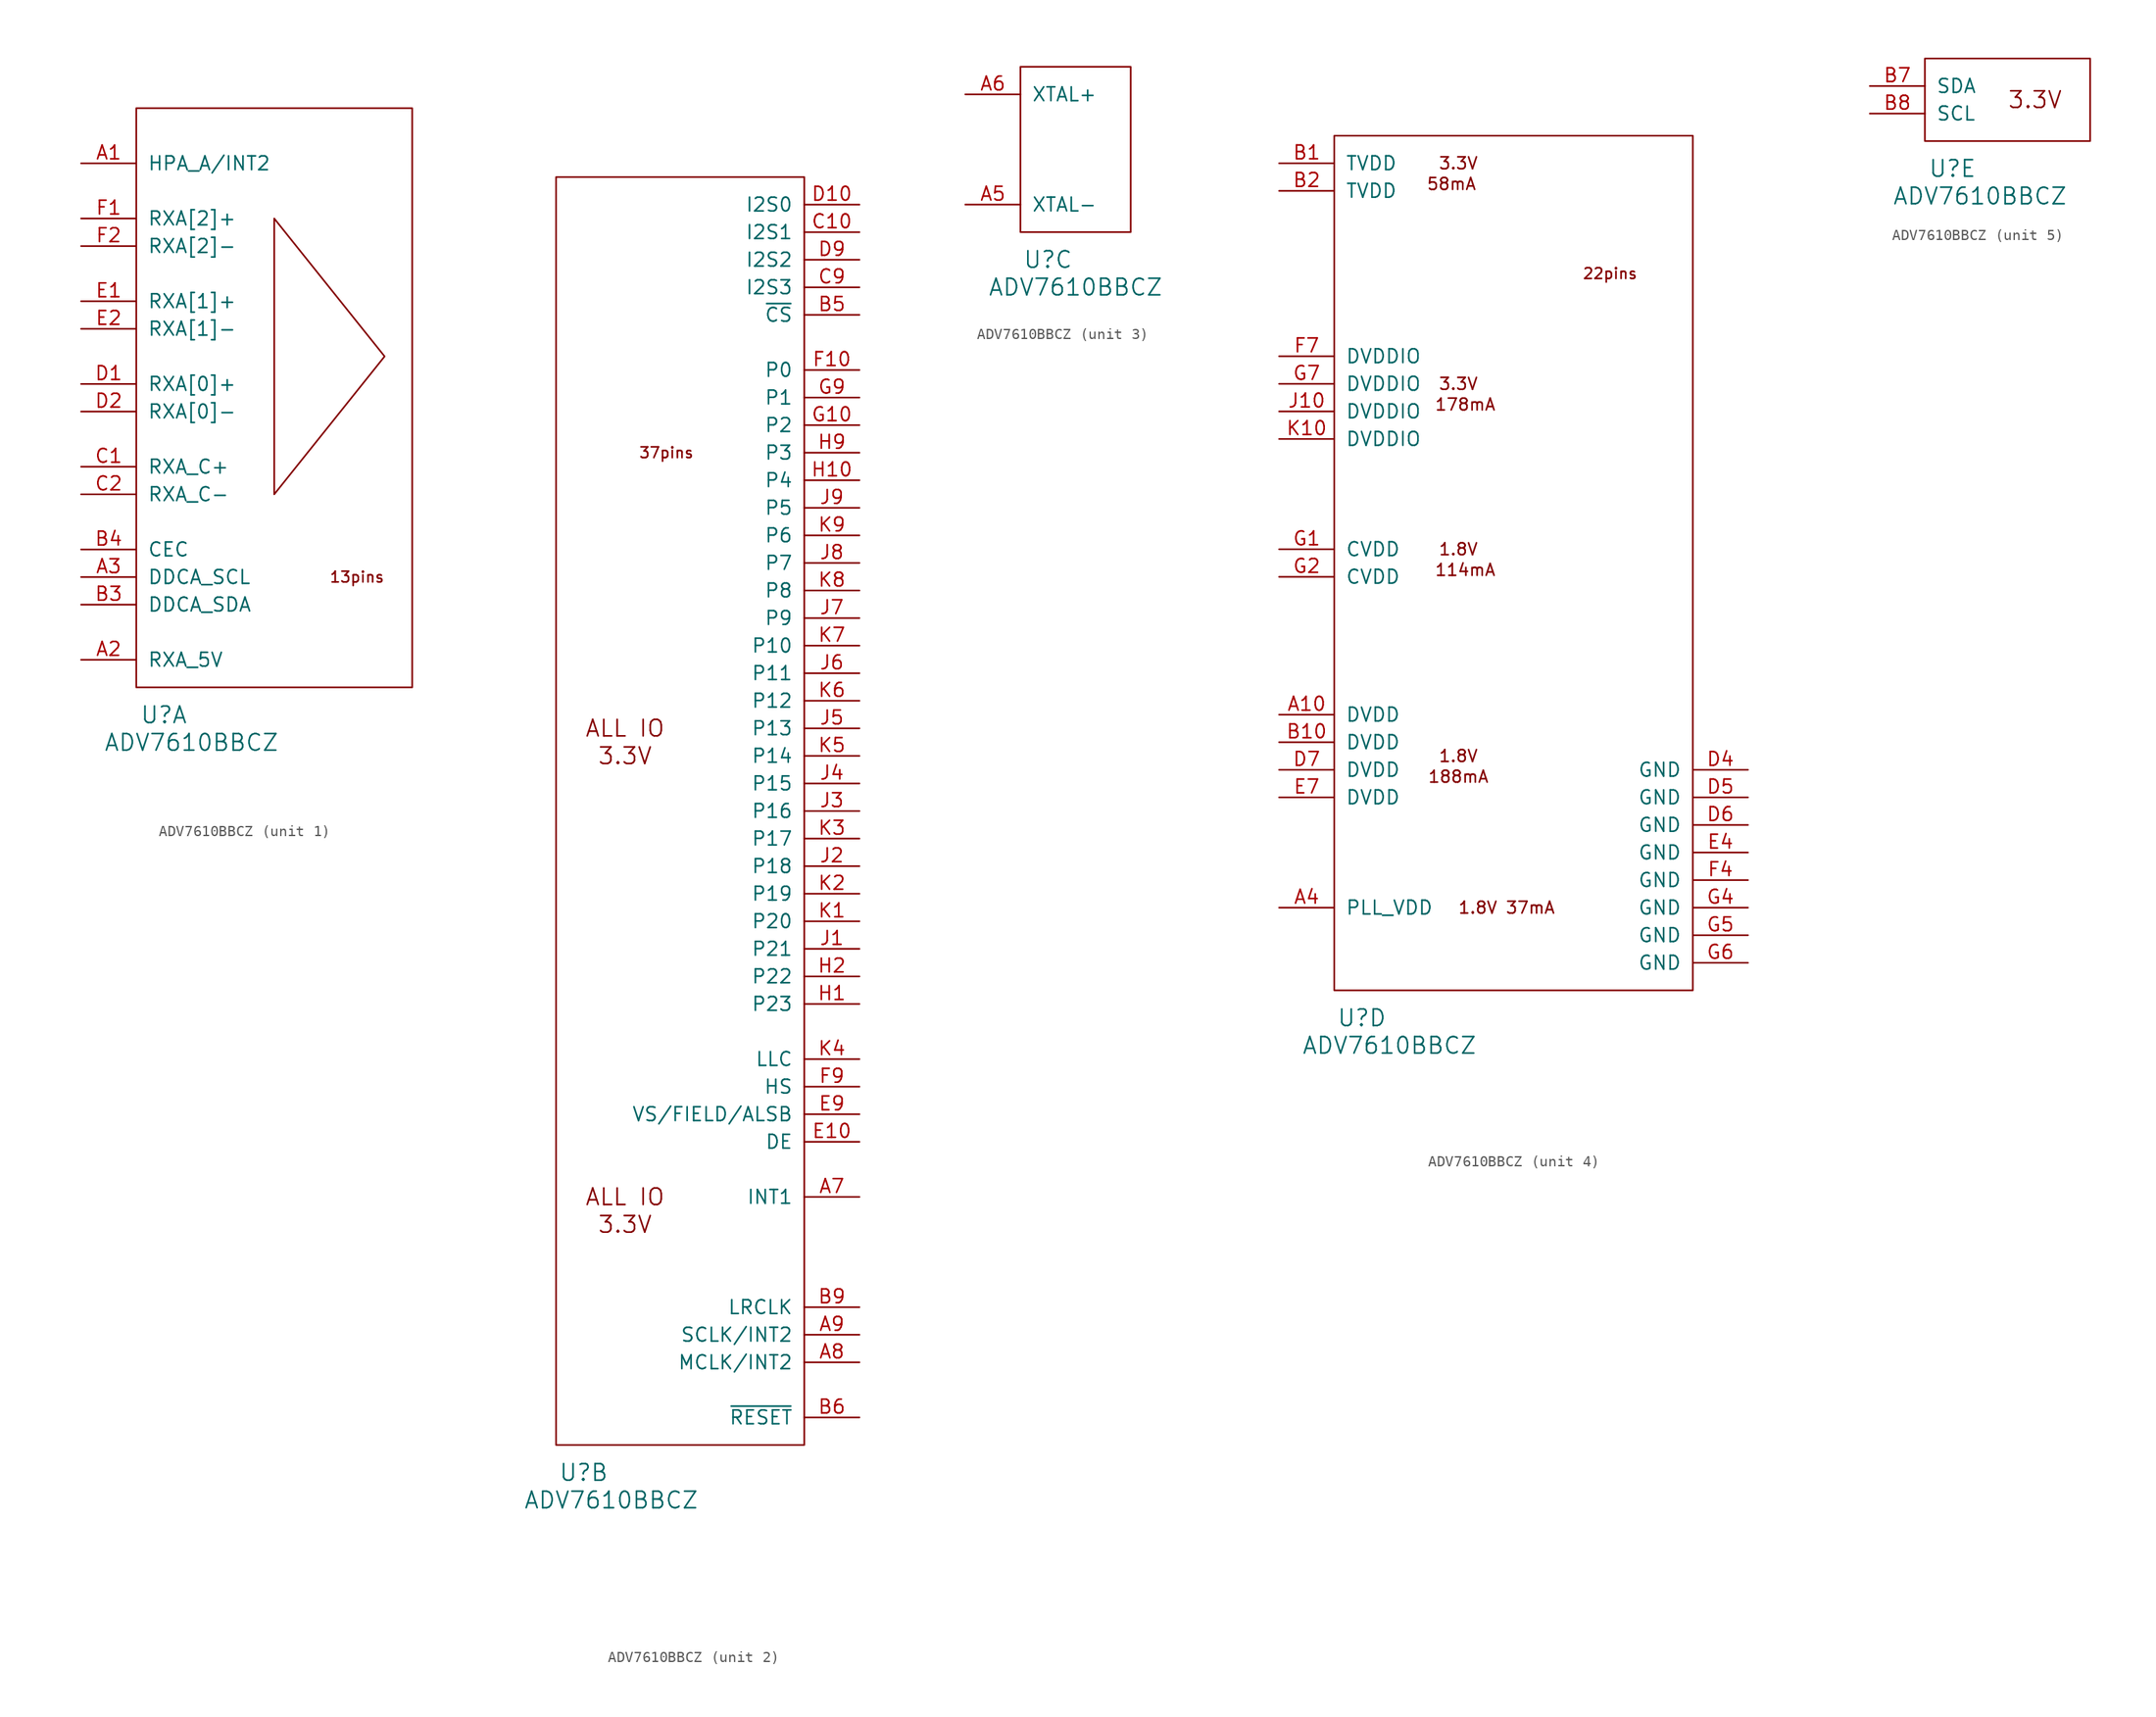
<source format=kicad_sym>
(kicad_symbol_lib
  (version 20220914)
  (generator kicad_symbol_editor)
  (symbol "ADV7610BBCZ"
    (pin_names
      (offset 1.016))
    (property "Reference" "U"
      (at 2.54 -2.54 0)
      (effects (font (size 1.524 1.524))))
    (property "Value" "ADV7610BBCZ"
      (at 5.08 -5.08 0)
      (effects (font (size 1.524 1.524))))
    (property "Footprint" ""
      (at 0 0 0)
      (effects (font (size 1.524 1.524))))
    (property "Datasheet" ""
      (at 0 0 0)
      (effects (font (size 1.524 1.524))))
    (property "ki_locked" ""
      (at 0 0 0)
      (effects (font (size 1.27 1.27))))
    (symbol "ADV7610BBCZ_1_0"
      (text "13pins" (at 20.32 10.16 0) (effects (font (size 0.991 0.991)))))
    (symbol "ADV7610BBCZ_1_1"
      (polyline (pts (xy 12.7 43.18) (xy 12.7 17.78) (xy 22.86 30.48) (xy 12.7 43.18)) (stroke (width 0) (type solid)) (fill (type none)))
      (rectangle (start 0 0) (end 25.4 53.34) (stroke (width 0) (type solid)) (fill (type none)))
      (pin input line (at -5.08 48.26 0) (length 5.08) (name "HPA_A/INT2" (effects (font (size 1.27 1.27)))) (number "A1" (effects (font (size 1.27 1.27)))))
      (pin input line (at -5.08 2.54 0) (length 5.08) (name "RXA_5V" (effects (font (size 1.27 1.27)))) (number "A2" (effects (font (size 1.27 1.27)))))
      (pin input line (at -5.08 10.16 0) (length 5.08) (name "DDCA_SCL" (effects (font (size 1.27 1.27)))) (number "A3" (effects (font (size 1.27 1.27)))))
      (pin bidirectional line (at -5.08 7.62 0) (length 5.08) (name "DDCA_SDA" (effects (font (size 1.27 1.27)))) (number "B3" (effects (font (size 1.27 1.27)))))
      (pin input line (at -5.08 12.7 0) (length 5.08) (name "CEC" (effects (font (size 1.27 1.27)))) (number "B4" (effects (font (size 1.27 1.27)))))
      (pin input line (at -5.08 20.32 0) (length 5.08) (name "RXA_C+" (effects (font (size 1.27 1.27)))) (number "C1" (effects (font (size 1.27 1.27)))))
      (pin input line (at -5.08 17.78 0) (length 5.08) (name "RXA_C-" (effects (font (size 1.27 1.27)))) (number "C2" (effects (font (size 1.27 1.27)))))
      (pin input line (at -5.08 27.94 0) (length 5.08) (name "RXA[0]+" (effects (font (size 1.27 1.27)))) (number "D1" (effects (font (size 1.27 1.27)))))
      (pin input line (at -5.08 25.4 0) (length 5.08) (name "RXA[0]-" (effects (font (size 1.27 1.27)))) (number "D2" (effects (font (size 1.27 1.27)))))
      (pin input line (at -5.08 35.56 0) (length 5.08) (name "RXA[1]+" (effects (font (size 1.27 1.27)))) (number "E1" (effects (font (size 1.27 1.27)))))
      (pin input line (at -5.08 33.02 0) (length 5.08) (name "RXA[1]-" (effects (font (size 1.27 1.27)))) (number "E2" (effects (font (size 1.27 1.27)))))
      (pin input line (at -5.08 43.18 0) (length 5.08) (name "RXA[2]+" (effects (font (size 1.27 1.27)))) (number "F1" (effects (font (size 1.27 1.27)))))
      (pin input line (at -5.08 40.64 0) (length 5.08) (name "RXA[2]-" (effects (font (size 1.27 1.27)))) (number "F2" (effects (font (size 1.27 1.27))))))
    (symbol "ADV7610BBCZ_2_0"
      (text "3.3V" (at 6.35 20.32 0) (effects (font (size 1.524 1.524))))
      (text "3.3V" (at 6.35 63.5 0) (effects (font (size 1.524 1.524))))
      (text "37pins" (at 10.16 91.44 0) (effects (font (size 0.991 0.991))))
      (text "ALL IO" (at 6.35 22.86 0) (effects (font (size 1.524 1.524))))
      (text "ALL IO" (at 6.35 66.04 0) (effects (font (size 1.524 1.524)))))
    (symbol "ADV7610BBCZ_2_1"
      (rectangle (start 0 0) (end 22.86 116.84) (stroke (width 0) (type solid)) (fill (type none)))
      (pin output line (at 27.94 22.86 180) (length 5.08) (name "INT1" (effects (font (size 1.27 1.27)))) (number "A7" (effects (font (size 1.27 1.27)))))
      (pin output line (at 27.94 7.62 180) (length 5.08) (name "MCLK/INT2" (effects (font (size 1.27 1.27)))) (number "A8" (effects (font (size 1.27 1.27)))))
      (pin output line (at 27.94 10.16 180) (length 5.08) (name "SCLK/INT2" (effects (font (size 1.27 1.27)))) (number "A9" (effects (font (size 1.27 1.27)))))
      (pin output line (at 27.94 104.14 180) (length 5.08) (name "~{CS}" (effects (font (size 1.27 1.27)))) (number "B5" (effects (font (size 1.27 1.27)))))
      (pin input line (at 27.94 2.54 180) (length 5.08) (name "~{RESET}" (effects (font (size 1.27 1.27)))) (number "B6" (effects (font (size 1.27 1.27)))))
      (pin output line (at 27.94 12.7 180) (length 5.08) (name "LRCLK" (effects (font (size 1.27 1.27)))) (number "B9" (effects (font (size 1.27 1.27)))))
      (pin output line (at 27.94 111.76 180) (length 5.08) (name "I2S1" (effects (font (size 1.27 1.27)))) (number "C10" (effects (font (size 1.27 1.27)))))
      (pin output line (at 27.94 106.68 180) (length 5.08) (name "I2S3" (effects (font (size 1.27 1.27)))) (number "C9" (effects (font (size 1.27 1.27)))))
      (pin output line (at 27.94 114.3 180) (length 5.08) (name "I2S0" (effects (font (size 1.27 1.27)))) (number "D10" (effects (font (size 1.27 1.27)))))
      (pin output line (at 27.94 109.22 180) (length 5.08) (name "I2S2" (effects (font (size 1.27 1.27)))) (number "D9" (effects (font (size 1.27 1.27)))))
      (pin output line (at 27.94 27.94 180) (length 5.08) (name "DE" (effects (font (size 1.27 1.27)))) (number "E10" (effects (font (size 1.27 1.27)))))
      (pin output line (at 27.94 30.48 180) (length 5.08) (name "VS/FIELD/ALSB" (effects (font (size 1.27 1.27)))) (number "E9" (effects (font (size 1.27 1.27)))))
      (pin output line (at 27.94 99.06 180) (length 5.08) (name "P0" (effects (font (size 1.27 1.27)))) (number "F10" (effects (font (size 1.27 1.27)))))
      (pin output line (at 27.94 33.02 180) (length 5.08) (name "HS" (effects (font (size 1.27 1.27)))) (number "F9" (effects (font (size 1.27 1.27)))))
      (pin output line (at 27.94 93.98 180) (length 5.08) (name "P2" (effects (font (size 1.27 1.27)))) (number "G10" (effects (font (size 1.27 1.27)))))
      (pin output line (at 27.94 96.52 180) (length 5.08) (name "P1" (effects (font (size 1.27 1.27)))) (number "G9" (effects (font (size 1.27 1.27)))))
      (pin output line (at 27.94 40.64 180) (length 5.08) (name "P23" (effects (font (size 1.27 1.27)))) (number "H1" (effects (font (size 1.27 1.27)))))
      (pin output line (at 27.94 88.9 180) (length 5.08) (name "P4" (effects (font (size 1.27 1.27)))) (number "H10" (effects (font (size 1.27 1.27)))))
      (pin output line (at 27.94 43.18 180) (length 5.08) (name "P22" (effects (font (size 1.27 1.27)))) (number "H2" (effects (font (size 1.27 1.27)))))
      (pin output line (at 27.94 91.44 180) (length 5.08) (name "P3" (effects (font (size 1.27 1.27)))) (number "H9" (effects (font (size 1.27 1.27)))))
      (pin output line (at 27.94 45.72 180) (length 5.08) (name "P21" (effects (font (size 1.27 1.27)))) (number "J1" (effects (font (size 1.27 1.27)))))
      (pin output line (at 27.94 53.34 180) (length 5.08) (name "P18" (effects (font (size 1.27 1.27)))) (number "J2" (effects (font (size 1.27 1.27)))))
      (pin output line (at 27.94 58.42 180) (length 5.08) (name "P16" (effects (font (size 1.27 1.27)))) (number "J3" (effects (font (size 1.27 1.27)))))
      (pin output line (at 27.94 60.96 180) (length 5.08) (name "P15" (effects (font (size 1.27 1.27)))) (number "J4" (effects (font (size 1.27 1.27)))))
      (pin output line (at 27.94 66.04 180) (length 5.08) (name "P13" (effects (font (size 1.27 1.27)))) (number "J5" (effects (font (size 1.27 1.27)))))
      (pin output line (at 27.94 71.12 180) (length 5.08) (name "P11" (effects (font (size 1.27 1.27)))) (number "J6" (effects (font (size 1.27 1.27)))))
      (pin output line (at 27.94 76.2 180) (length 5.08) (name "P9" (effects (font (size 1.27 1.27)))) (number "J7" (effects (font (size 1.27 1.27)))))
      (pin output line (at 27.94 81.28 180) (length 5.08) (name "P7" (effects (font (size 1.27 1.27)))) (number "J8" (effects (font (size 1.27 1.27)))))
      (pin output line (at 27.94 86.36 180) (length 5.08) (name "P5" (effects (font (size 1.27 1.27)))) (number "J9" (effects (font (size 1.27 1.27)))))
      (pin output line (at 27.94 48.26 180) (length 5.08) (name "P20" (effects (font (size 1.27 1.27)))) (number "K1" (effects (font (size 1.27 1.27)))))
      (pin output line (at 27.94 50.8 180) (length 5.08) (name "P19" (effects (font (size 1.27 1.27)))) (number "K2" (effects (font (size 1.27 1.27)))))
      (pin output line (at 27.94 55.88 180) (length 5.08) (name "P17" (effects (font (size 1.27 1.27)))) (number "K3" (effects (font (size 1.27 1.27)))))
      (pin output line (at 27.94 35.56 180) (length 5.08) (name "LLC" (effects (font (size 1.27 1.27)))) (number "K4" (effects (font (size 1.27 1.27)))))
      (pin output line (at 27.94 63.5 180) (length 5.08) (name "P14" (effects (font (size 1.27 1.27)))) (number "K5" (effects (font (size 1.27 1.27)))))
      (pin output line (at 27.94 68.58 180) (length 5.08) (name "P12" (effects (font (size 1.27 1.27)))) (number "K6" (effects (font (size 1.27 1.27)))))
      (pin output line (at 27.94 73.66 180) (length 5.08) (name "P10" (effects (font (size 1.27 1.27)))) (number "K7" (effects (font (size 1.27 1.27)))))
      (pin output line (at 27.94 78.74 180) (length 5.08) (name "P8" (effects (font (size 1.27 1.27)))) (number "K8" (effects (font (size 1.27 1.27)))))
      (pin output line (at 27.94 83.82 180) (length 5.08) (name "P6" (effects (font (size 1.27 1.27)))) (number "K9" (effects (font (size 1.27 1.27))))))
    (symbol "ADV7610BBCZ_3_1"
      (rectangle (start 0 0) (end 10.16 15.24) (stroke (width 0) (type solid)) (fill (type none)))
      (pin output line (at -5.08 2.54 0) (length 5.08) (name "XTAL-" (effects (font (size 1.27 1.27)))) (number "A5" (effects (font (size 1.27 1.27)))))
      (pin input line (at -5.08 12.7 0) (length 5.08) (name "XTAL+" (effects (font (size 1.27 1.27)))) (number "A6" (effects (font (size 1.27 1.27))))))
    (symbol "ADV7610BBCZ_4_0"
      (text "1.8V" (at 11.43 21.59 0) (effects (font (size 1.092 1.092))))
      (text "1.8V" (at 11.43 40.64 0) (effects (font (size 1.092 1.092))))
      (text "1.8V 37mA" (at 15.875 7.62 0) (effects (font (size 1.092 1.092))))
      (text "114mA" (at 12.065 38.735 0) (effects (font (size 1.092 1.092))))
      (text "178mA" (at 12.065 53.975 0) (effects (font (size 1.092 1.092))))
      (text "188mA" (at 11.43 19.685 0) (effects (font (size 1.092 1.092))))
      (text "22pins" (at 25.4 66.04 0) (effects (font (size 0.991 0.991))))
      (text "3.3V" (at 11.43 55.88 0) (effects (font (size 1.092 1.092))))
      (text "3.3V" (at 11.43 76.2 0) (effects (font (size 1.092 1.092))))
      (text "58mA" (at 10.795 74.295 0) (effects (font (size 1.092 1.092)))))
    (symbol "ADV7610BBCZ_4_1"
      (rectangle (start 0 0) (end 33.02 78.74) (stroke (width 0) (type solid)) (fill (type none)))
      (pin power_in line (at -5.08 25.4 0) (length 5.08) (name "DVDD" (effects (font (size 1.27 1.27)))) (number "A10" (effects (font (size 1.27 1.27)))))
      (pin power_in line (at -5.08 7.62 0) (length 5.08) (name "PLL_VDD" (effects (font (size 1.27 1.27)))) (number "A4" (effects (font (size 1.27 1.27)))))
      (pin power_in line (at -5.08 76.2 0) (length 5.08) (name "TVDD" (effects (font (size 1.27 1.27)))) (number "B1" (effects (font (size 1.27 1.27)))))
      (pin power_in line (at -5.08 22.86 0) (length 5.08) (name "DVDD" (effects (font (size 1.27 1.27)))) (number "B10" (effects (font (size 1.27 1.27)))))
      (pin power_in line (at -5.08 73.66 0) (length 5.08) (name "TVDD" (effects (font (size 1.27 1.27)))) (number "B2" (effects (font (size 1.27 1.27)))))
      (pin power_in line (at 38.1 20.32 180) (length 5.08) (name "GND" (effects (font (size 1.27 1.27)))) (number "D4" (effects (font (size 1.27 1.27)))))
      (pin power_in line (at 38.1 17.78 180) (length 5.08) (name "GND" (effects (font (size 1.27 1.27)))) (number "D5" (effects (font (size 1.27 1.27)))))
      (pin power_in line (at 38.1 15.24 180) (length 5.08) (name "GND" (effects (font (size 1.27 1.27)))) (number "D6" (effects (font (size 1.27 1.27)))))
      (pin power_in line (at -5.08 20.32 0) (length 5.08) (name "DVDD" (effects (font (size 1.27 1.27)))) (number "D7" (effects (font (size 1.27 1.27)))))
      (pin power_in line (at 38.1 12.7 180) (length 5.08) (name "GND" (effects (font (size 1.27 1.27)))) (number "E4" (effects (font (size 1.27 1.27)))))
      (pin power_in line (at -5.08 17.78 0) (length 5.08) (name "DVDD" (effects (font (size 1.27 1.27)))) (number "E7" (effects (font (size 1.27 1.27)))))
      (pin power_in line (at 38.1 10.16 180) (length 5.08) (name "GND" (effects (font (size 1.27 1.27)))) (number "F4" (effects (font (size 1.27 1.27)))))
      (pin power_in line (at -5.08 58.42 0) (length 5.08) (name "DVDDIO" (effects (font (size 1.27 1.27)))) (number "F7" (effects (font (size 1.27 1.27)))))
      (pin power_in line (at -5.08 40.64 0) (length 5.08) (name "CVDD" (effects (font (size 1.27 1.27)))) (number "G1" (effects (font (size 1.27 1.27)))))
      (pin power_in line (at -5.08 38.1 0) (length 5.08) (name "CVDD" (effects (font (size 1.27 1.27)))) (number "G2" (effects (font (size 1.27 1.27)))))
      (pin power_in line (at 38.1 7.62 180) (length 5.08) (name "GND" (effects (font (size 1.27 1.27)))) (number "G4" (effects (font (size 1.27 1.27)))))
      (pin power_in line (at 38.1 5.08 180) (length 5.08) (name "GND" (effects (font (size 1.27 1.27)))) (number "G5" (effects (font (size 1.27 1.27)))))
      (pin power_in line (at 38.1 2.54 180) (length 5.08) (name "GND" (effects (font (size 1.27 1.27)))) (number "G6" (effects (font (size 1.27 1.27)))))
      (pin power_in line (at -5.08 55.88 0) (length 5.08) (name "DVDDIO" (effects (font (size 1.27 1.27)))) (number "G7" (effects (font (size 1.27 1.27)))))
      (pin power_in line (at -5.08 53.34 0) (length 5.08) (name "DVDDIO" (effects (font (size 1.27 1.27)))) (number "J10" (effects (font (size 1.27 1.27)))))
      (pin power_in line (at -5.08 50.8 0) (length 5.08) (name "DVDDIO" (effects (font (size 1.27 1.27)))) (number "K10" (effects (font (size 1.27 1.27))))))
    (symbol "ADV7610BBCZ_5_0"
      (text "3.3V" (at 10.16 3.81 0) (effects (font (size 1.524 1.524)))))
    (symbol "ADV7610BBCZ_5_1"
      (rectangle (start 0 0) (end 15.24 7.62) (stroke (width 0) (type solid)) (fill (type none)))
      (pin bidirectional line (at -5.08 5.08 0) (length 5.08) (name "SDA" (effects (font (size 1.27 1.27)))) (number "B7" (effects (font (size 1.27 1.27)))))
      (pin input line (at -5.08 2.54 0) (length 5.08) (name "SCL" (effects (font (size 1.27 1.27)))) (number "B8" (effects (font (size 1.27 1.27))))))))
</source>
